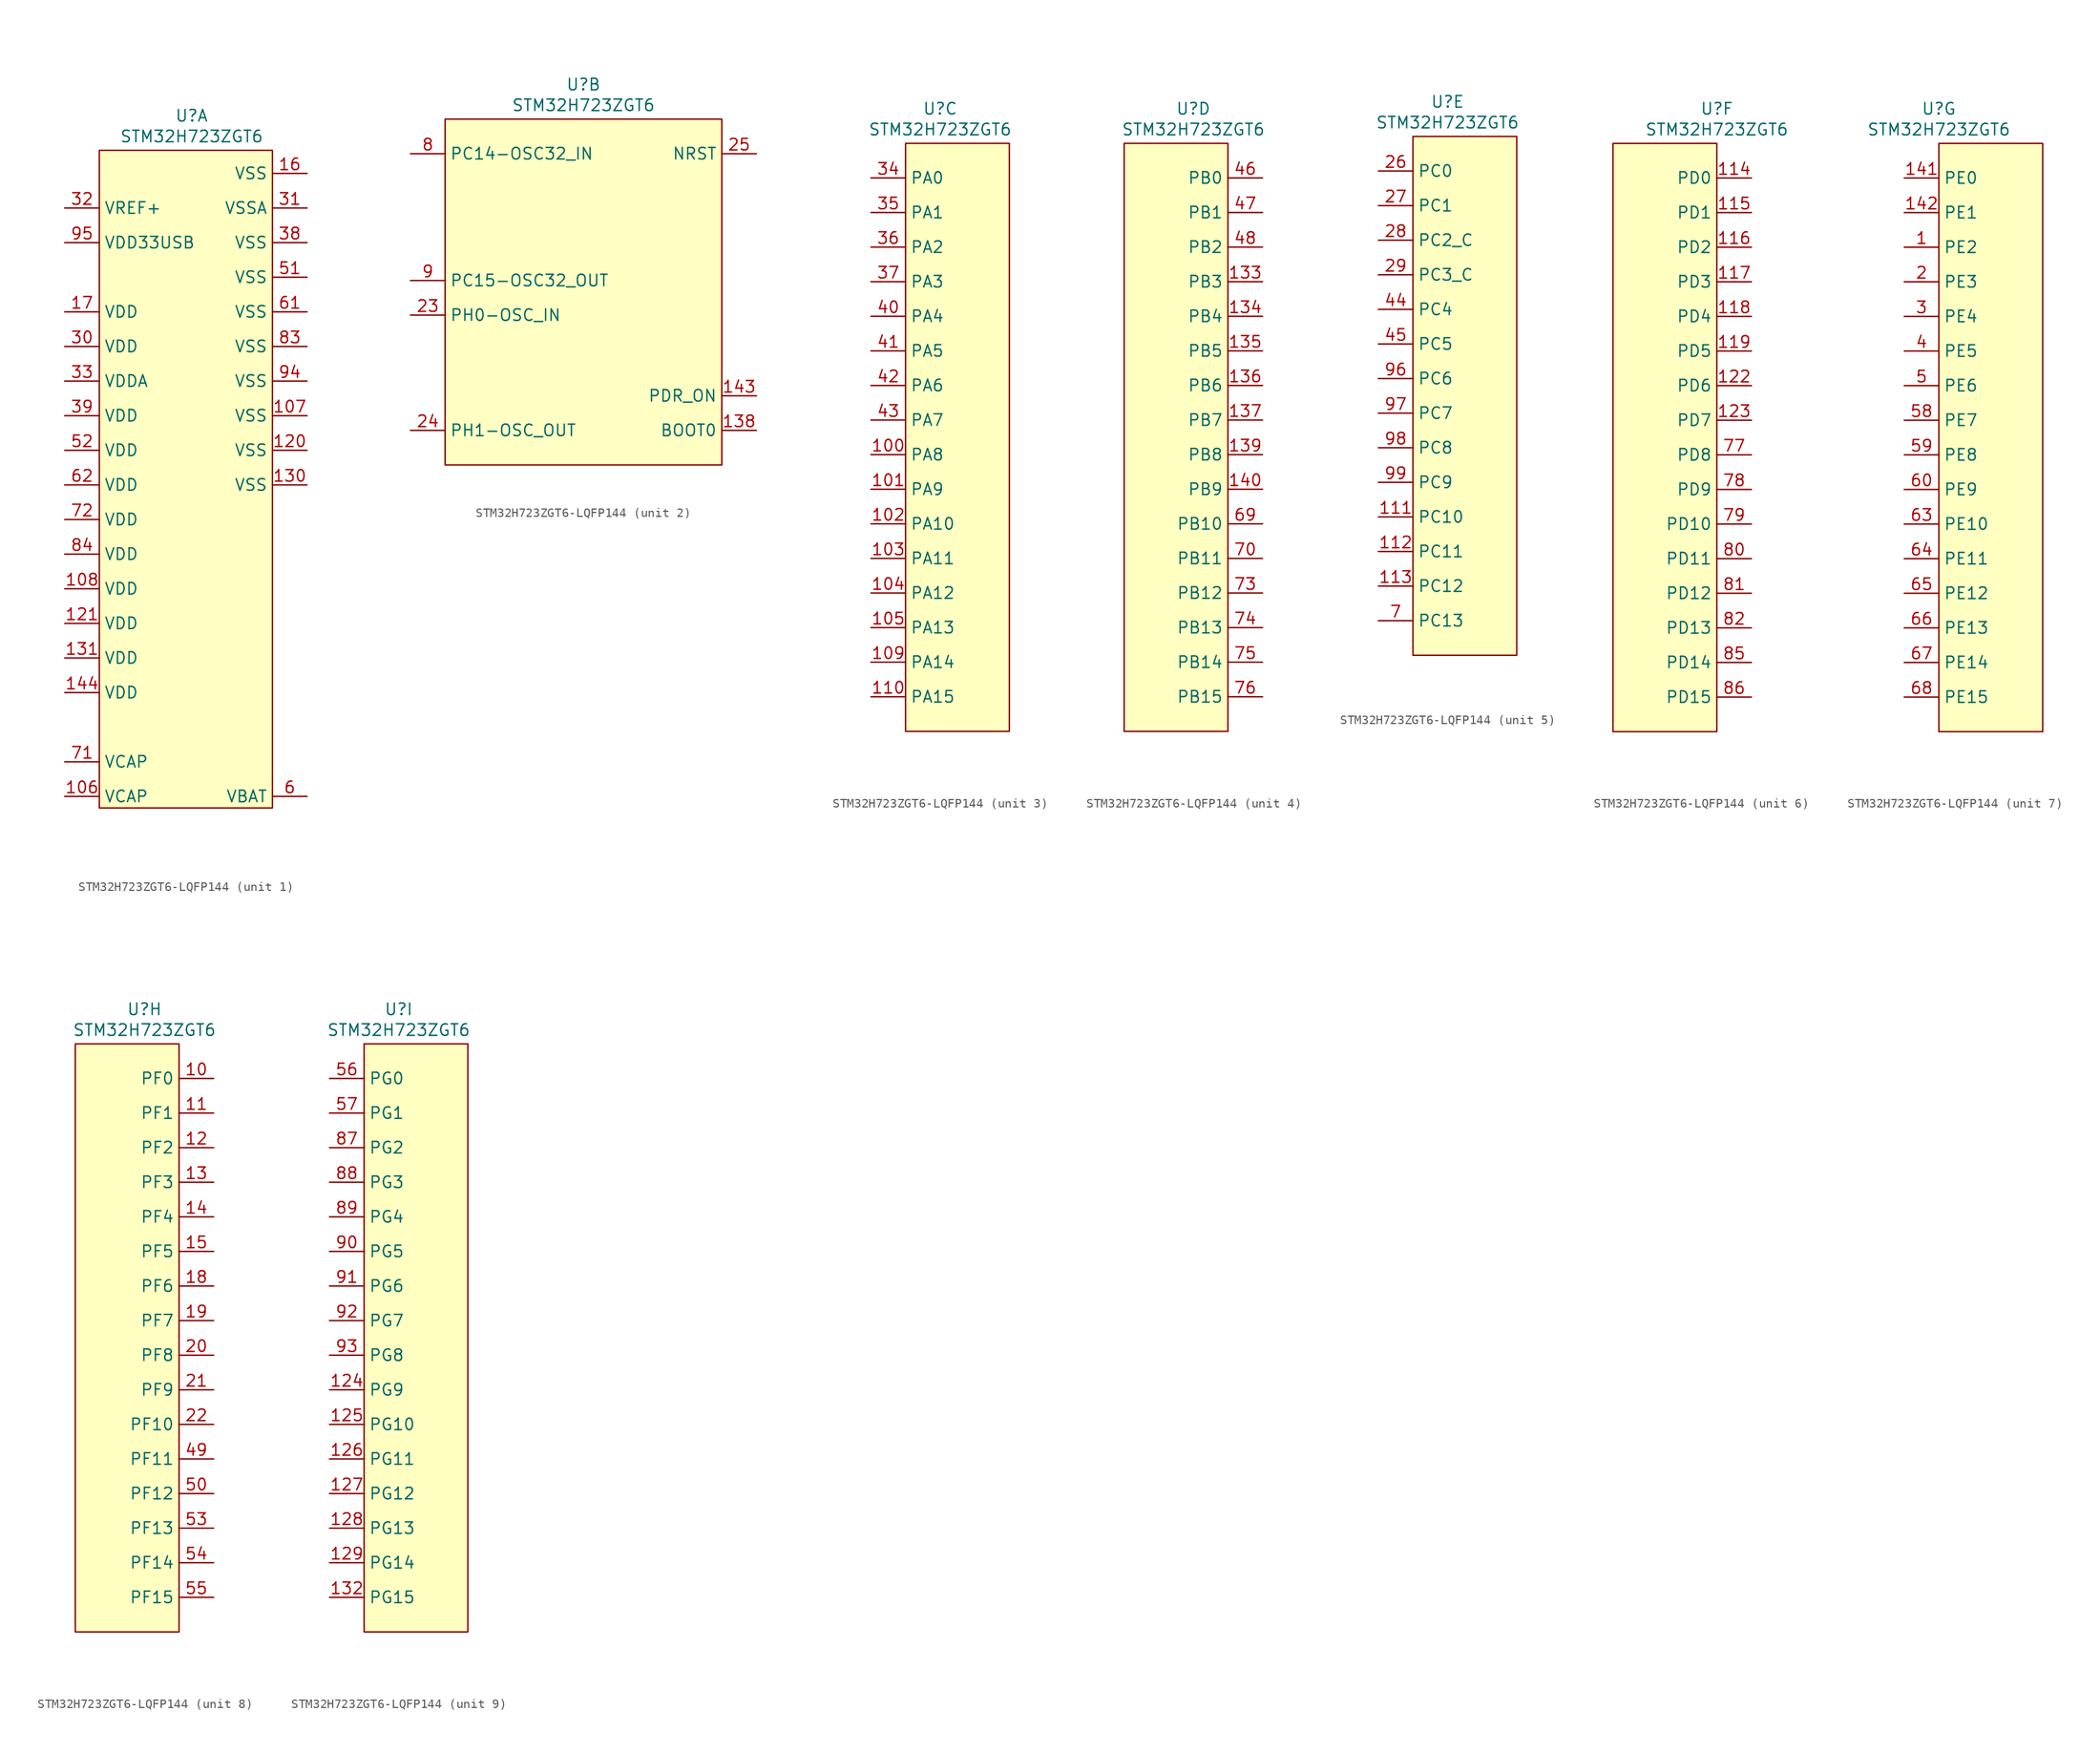
<source format=kicad_sym>
(kicad_symbol_lib
  (version 20241209)
  (generator "kicad_symbol_editor")
  (generator_version "9.0")
  (symbol "STM32H723ZGT6-LQFP144"
    (property "Reference" "U"
      (at 0 0 0)
      (effects (font (size 1.27 1.27))))
    (property "Value" "STM32H723ZGT6"
      (at 0 -2.286 0)
      (effects (font (size 1.27 1.27))))
    (property "ki_locked" ""
      (at 0 0 0)
      (effects (font (size 1.27 1.27))))
    (symbol "STM32H723ZGT6-LQFP144_1_1"
      (rectangle (start -10.16 -3.81) (end 8.89 -76.2) (stroke (width 0) (type solid)) (fill (type color) (color 255 255 195 1)))
      (pin output line (at -13.97 -10.16 0) (length 3.81) (name "VREF+" (effects (font (size 1.27 1.27)))) (number "32" (effects (font (size 1.27 1.27)))))
      (pin output line (at -13.97 -13.97 0) (length 3.81) (name "VDD33USB" (effects (font (size 1.27 1.27)))) (number "95" (effects (font (size 1.27 1.27)))))
      (pin output line (at -13.97 -21.59 0) (length 3.81) (name "VDD" (effects (font (size 1.27 1.27)))) (number "17" (effects (font (size 1.27 1.27)))))
      (pin output line (at -13.97 -25.4 0) (length 3.81) (name "VDD" (effects (font (size 1.27 1.27)))) (number "30" (effects (font (size 1.27 1.27)))))
      (pin output line (at -13.97 -29.21 0) (length 3.81) (name "VDDA" (effects (font (size 1.27 1.27)))) (number "33" (effects (font (size 1.27 1.27)))))
      (pin output line (at -13.97 -33.02 0) (length 3.81) (name "VDD" (effects (font (size 1.27 1.27)))) (number "39" (effects (font (size 1.27 1.27)))))
      (pin output line (at -13.97 -36.83 0) (length 3.81) (name "VDD" (effects (font (size 1.27 1.27)))) (number "52" (effects (font (size 1.27 1.27)))))
      (pin output line (at -13.97 -40.64 0) (length 3.81) (name "VDD" (effects (font (size 1.27 1.27)))) (number "62" (effects (font (size 1.27 1.27)))))
      (pin output line (at -13.97 -44.45 0) (length 3.81) (name "VDD" (effects (font (size 1.27 1.27)))) (number "72" (effects (font (size 1.27 1.27)))))
      (pin output line (at -13.97 -48.26 0) (length 3.81) (name "VDD" (effects (font (size 1.27 1.27)))) (number "84" (effects (font (size 1.27 1.27)))))
      (pin output line (at -13.97 -52.07 0) (length 3.81) (name "VDD" (effects (font (size 1.27 1.27)))) (number "108" (effects (font (size 1.27 1.27)))))
      (pin output line (at -13.97 -55.88 0) (length 3.81) (name "VDD" (effects (font (size 1.27 1.27)))) (number "121" (effects (font (size 1.27 1.27)))))
      (pin output line (at -13.97 -59.69 0) (length 3.81) (name "VDD" (effects (font (size 1.27 1.27)))) (number "131" (effects (font (size 1.27 1.27)))))
      (pin output line (at -13.97 -63.5 0) (length 3.81) (name "VDD" (effects (font (size 1.27 1.27)))) (number "144" (effects (font (size 1.27 1.27)))))
      (pin output line (at -13.97 -71.12 0) (length 3.81) (name "VCAP" (effects (font (size 1.27 1.27)))) (number "71" (effects (font (size 1.27 1.27)))))
      (pin output line (at -13.97 -74.93 0) (length 3.81) (name "VCAP" (effects (font (size 1.27 1.27)))) (number "106" (effects (font (size 1.27 1.27)))))
      (pin output line (at 12.7 -6.35 180) (length 3.81) (name "VSS" (effects (font (size 1.27 1.27)))) (number "16" (effects (font (size 1.27 1.27)))))
      (pin output line (at 12.7 -10.16 180) (length 3.81) (name "VSSA" (effects (font (size 1.27 1.27)))) (number "31" (effects (font (size 1.27 1.27)))))
      (pin output line (at 12.7 -13.97 180) (length 3.81) (name "VSS" (effects (font (size 1.27 1.27)))) (number "38" (effects (font (size 1.27 1.27)))))
      (pin output line (at 12.7 -17.78 180) (length 3.81) (name "VSS" (effects (font (size 1.27 1.27)))) (number "51" (effects (font (size 1.27 1.27)))))
      (pin output line (at 12.7 -21.59 180) (length 3.81) (name "VSS" (effects (font (size 1.27 1.27)))) (number "61" (effects (font (size 1.27 1.27)))))
      (pin output line (at 12.7 -25.4 180) (length 3.81) (name "VSS" (effects (font (size 1.27 1.27)))) (number "83" (effects (font (size 1.27 1.27)))))
      (pin output line (at 12.7 -29.21 180) (length 3.81) (name "VSS" (effects (font (size 1.27 1.27)))) (number "94" (effects (font (size 1.27 1.27)))))
      (pin output line (at 12.7 -33.02 180) (length 3.81) (name "VSS" (effects (font (size 1.27 1.27)))) (number "107" (effects (font (size 1.27 1.27)))))
      (pin output line (at 12.7 -36.83 180) (length 3.81) (name "VSS" (effects (font (size 1.27 1.27)))) (number "120" (effects (font (size 1.27 1.27)))))
      (pin output line (at 12.7 -40.64 180) (length 3.81) (name "VSS" (effects (font (size 1.27 1.27)))) (number "130" (effects (font (size 1.27 1.27)))))
      (pin output line (at 12.7 -74.93 180) (length 3.81) (name "VBAT" (effects (font (size 1.27 1.27)))) (number "6" (effects (font (size 1.27 1.27))))))
    (symbol "STM32H723ZGT6-LQFP144_2_1"
      (rectangle (start -15.24 -3.81) (end 15.24 -41.91) (stroke (width 0) (type solid)) (fill (type color) (color 255 255 196 1)))
      (pin output line (at -19.05 -7.62 0) (length 3.81) (name "PC14-OSC32_IN" (effects (font (size 1.27 1.27)))) (number "8" (effects (font (size 1.27 1.27)))))
      (pin output line (at -19.05 -21.59 0) (length 3.81) (name "PC15-OSC32_OUT" (effects (font (size 1.27 1.27)))) (number "9" (effects (font (size 1.27 1.27)))))
      (pin output line (at -19.05 -25.4 0) (length 3.81) (name "PH0-OSC_IN" (effects (font (size 1.27 1.27)))) (number "23" (effects (font (size 1.27 1.27)))))
      (pin output line (at -19.05 -38.1 0) (length 3.81) (name "PH1-OSC_OUT" (effects (font (size 1.27 1.27)))) (number "24" (effects (font (size 1.27 1.27)))))
      (pin output line (at 19.05 -7.62 180) (length 3.81) (name "NRST" (effects (font (size 1.27 1.27)))) (number "25" (effects (font (size 1.27 1.27)))))
      (pin output line (at 19.05 -34.29 180) (length 3.81) (name "PDR_ON" (effects (font (size 1.27 1.27)))) (number "143" (effects (font (size 1.27 1.27)))))
      (pin output line (at 19.05 -38.1 180) (length 3.81) (name "BOOT0" (effects (font (size 1.27 1.27)))) (number "138" (effects (font (size 1.27 1.27))))))
    (symbol "STM32H723ZGT6-LQFP144_3_1"
      (rectangle (start -3.81 -3.81) (end 7.62 -68.58) (stroke (width 0) (type solid)) (fill (type color) (color 255 255 194 1)))
      (pin output line (at -7.62 -7.62 0) (length 3.81) (name "PA0" (effects (font (size 1.27 1.27)))) (number "34" (effects (font (size 1.27 1.27)))))
      (pin output line (at -7.62 -11.43 0) (length 3.81) (name "PA1" (effects (font (size 1.27 1.27)))) (number "35" (effects (font (size 1.27 1.27)))))
      (pin output line (at -7.62 -15.24 0) (length 3.81) (name "PA2" (effects (font (size 1.27 1.27)))) (number "36" (effects (font (size 1.27 1.27)))))
      (pin output line (at -7.62 -19.05 0) (length 3.81) (name "PA3" (effects (font (size 1.27 1.27)))) (number "37" (effects (font (size 1.27 1.27)))))
      (pin output line (at -7.62 -22.86 0) (length 3.81) (name "PA4" (effects (font (size 1.27 1.27)))) (number "40" (effects (font (size 1.27 1.27)))))
      (pin output line (at -7.62 -26.67 0) (length 3.81) (name "PA5" (effects (font (size 1.27 1.27)))) (number "41" (effects (font (size 1.27 1.27)))))
      (pin output line (at -7.62 -30.48 0) (length 3.81) (name "PA6" (effects (font (size 1.27 1.27)))) (number "42" (effects (font (size 1.27 1.27)))))
      (pin output line (at -7.62 -34.29 0) (length 3.81) (name "PA7" (effects (font (size 1.27 1.27)))) (number "43" (effects (font (size 1.27 1.27)))))
      (pin output line (at -7.62 -38.1 0) (length 3.81) (name "PA8" (effects (font (size 1.27 1.27)))) (number "100" (effects (font (size 1.27 1.27)))))
      (pin output line (at -7.62 -41.91 0) (length 3.81) (name "PA9" (effects (font (size 1.27 1.27)))) (number "101" (effects (font (size 1.27 1.27)))))
      (pin output line (at -7.62 -45.72 0) (length 3.81) (name "PA10" (effects (font (size 1.27 1.27)))) (number "102" (effects (font (size 1.27 1.27)))))
      (pin output line (at -7.62 -49.53 0) (length 3.81) (name "PA11" (effects (font (size 1.27 1.27)))) (number "103" (effects (font (size 1.27 1.27)))))
      (pin output line (at -7.62 -53.34 0) (length 3.81) (name "PA12" (effects (font (size 1.27 1.27)))) (number "104" (effects (font (size 1.27 1.27)))))
      (pin output line (at -7.62 -57.15 0) (length 3.81) (name "PA13" (effects (font (size 1.27 1.27)))) (number "105" (effects (font (size 1.27 1.27)))))
      (pin output line (at -7.62 -60.96 0) (length 3.81) (name "PA14" (effects (font (size 1.27 1.27)))) (number "109" (effects (font (size 1.27 1.27)))))
      (pin output line (at -7.62 -64.77 0) (length 3.81) (name "PA15" (effects (font (size 1.27 1.27)))) (number "110" (effects (font (size 1.27 1.27))))))
    (symbol "STM32H723ZGT6-LQFP144_4_1"
      (rectangle (start -7.62 -3.81) (end 3.81 -68.58) (stroke (width 0) (type solid)) (fill (type color) (color 255 255 194 1)))
      (pin output line (at 7.62 -7.62 180) (length 3.81) (name "PB0" (effects (font (size 1.27 1.27)))) (number "46" (effects (font (size 1.27 1.27)))))
      (pin output line (at 7.62 -11.43 180) (length 3.81) (name "PB1" (effects (font (size 1.27 1.27)))) (number "47" (effects (font (size 1.27 1.27)))))
      (pin output line (at 7.62 -15.24 180) (length 3.81) (name "PB2" (effects (font (size 1.27 1.27)))) (number "48" (effects (font (size 1.27 1.27)))))
      (pin output line (at 7.62 -19.05 180) (length 3.81) (name "PB3" (effects (font (size 1.27 1.27)))) (number "133" (effects (font (size 1.27 1.27)))))
      (pin output line (at 7.62 -22.86 180) (length 3.81) (name "PB4" (effects (font (size 1.27 1.27)))) (number "134" (effects (font (size 1.27 1.27)))))
      (pin output line (at 7.62 -26.67 180) (length 3.81) (name "PB5" (effects (font (size 1.27 1.27)))) (number "135" (effects (font (size 1.27 1.27)))))
      (pin output line (at 7.62 -30.48 180) (length 3.81) (name "PB6" (effects (font (size 1.27 1.27)))) (number "136" (effects (font (size 1.27 1.27)))))
      (pin output line (at 7.62 -34.29 180) (length 3.81) (name "PB7" (effects (font (size 1.27 1.27)))) (number "137" (effects (font (size 1.27 1.27)))))
      (pin output line (at 7.62 -38.1 180) (length 3.81) (name "PB8" (effects (font (size 1.27 1.27)))) (number "139" (effects (font (size 1.27 1.27)))))
      (pin output line (at 7.62 -41.91 180) (length 3.81) (name "PB9" (effects (font (size 1.27 1.27)))) (number "140" (effects (font (size 1.27 1.27)))))
      (pin output line (at 7.62 -45.72 180) (length 3.81) (name "PB10" (effects (font (size 1.27 1.27)))) (number "69" (effects (font (size 1.27 1.27)))))
      (pin output line (at 7.62 -49.53 180) (length 3.81) (name "PB11" (effects (font (size 1.27 1.27)))) (number "70" (effects (font (size 1.27 1.27)))))
      (pin output line (at 7.62 -53.34 180) (length 3.81) (name "PB12" (effects (font (size 1.27 1.27)))) (number "73" (effects (font (size 1.27 1.27)))))
      (pin output line (at 7.62 -57.15 180) (length 3.81) (name "PB13" (effects (font (size 1.27 1.27)))) (number "74" (effects (font (size 1.27 1.27)))))
      (pin output line (at 7.62 -60.96 180) (length 3.81) (name "PB14" (effects (font (size 1.27 1.27)))) (number "75" (effects (font (size 1.27 1.27)))))
      (pin output line (at 7.62 -64.77 180) (length 3.81) (name "PB15" (effects (font (size 1.27 1.27)))) (number "76" (effects (font (size 1.27 1.27))))))
    (symbol "STM32H723ZGT6-LQFP144_5_1"
      (rectangle (start -3.81 -3.81) (end 7.62 -60.96) (stroke (width 0) (type solid)) (fill (type color) (color 255 255 194 1)))
      (pin output line (at -7.62 -7.62 0) (length 3.81) (name "PC0" (effects (font (size 1.27 1.27)))) (number "26" (effects (font (size 1.27 1.27)))))
      (pin output line (at -7.62 -11.43 0) (length 3.81) (name "PC1" (effects (font (size 1.27 1.27)))) (number "27" (effects (font (size 1.27 1.27)))))
      (pin output line (at -7.62 -15.24 0) (length 3.81) (name "PC2_C" (effects (font (size 1.27 1.27)))) (number "28" (effects (font (size 1.27 1.27)))))
      (pin output line (at -7.62 -19.05 0) (length 3.81) (name "PC3_C" (effects (font (size 1.27 1.27)))) (number "29" (effects (font (size 1.27 1.27)))))
      (pin output line (at -7.62 -22.86 0) (length 3.81) (name "PC4" (effects (font (size 1.27 1.27)))) (number "44" (effects (font (size 1.27 1.27)))))
      (pin output line (at -7.62 -26.67 0) (length 3.81) (name "PC5" (effects (font (size 1.27 1.27)))) (number "45" (effects (font (size 1.27 1.27)))))
      (pin output line (at -7.62 -30.48 0) (length 3.81) (name "PC6" (effects (font (size 1.27 1.27)))) (number "96" (effects (font (size 1.27 1.27)))))
      (pin output line (at -7.62 -34.29 0) (length 3.81) (name "PC7" (effects (font (size 1.27 1.27)))) (number "97" (effects (font (size 1.27 1.27)))))
      (pin output line (at -7.62 -38.1 0) (length 3.81) (name "PC8" (effects (font (size 1.27 1.27)))) (number "98" (effects (font (size 1.27 1.27)))))
      (pin output line (at -7.62 -41.91 0) (length 3.81) (name "PC9" (effects (font (size 1.27 1.27)))) (number "99" (effects (font (size 1.27 1.27)))))
      (pin output line (at -7.62 -45.72 0) (length 3.81) (name "PC10" (effects (font (size 1.27 1.27)))) (number "111" (effects (font (size 1.27 1.27)))))
      (pin output line (at -7.62 -49.53 0) (length 3.81) (name "PC11" (effects (font (size 1.27 1.27)))) (number "112" (effects (font (size 1.27 1.27)))))
      (pin output line (at -7.62 -53.34 0) (length 3.81) (name "PC12" (effects (font (size 1.27 1.27)))) (number "113" (effects (font (size 1.27 1.27)))))
      (pin output line (at -7.62 -57.15 0) (length 3.81) (name "PC13" (effects (font (size 1.27 1.27)))) (number "7" (effects (font (size 1.27 1.27))))))
    (symbol "STM32H723ZGT6-LQFP144_6_1"
      (rectangle (start -11.43 -3.81) (end 0 -68.58) (stroke (width 0) (type solid)) (fill (type color) (color 255 255 194 1)))
      (pin output line (at 3.81 -7.62 180) (length 3.81) (name "PD0" (effects (font (size 1.27 1.27)))) (number "114" (effects (font (size 1.27 1.27)))))
      (pin output line (at 3.81 -11.43 180) (length 3.81) (name "PD1" (effects (font (size 1.27 1.27)))) (number "115" (effects (font (size 1.27 1.27)))))
      (pin output line (at 3.81 -15.24 180) (length 3.81) (name "PD2" (effects (font (size 1.27 1.27)))) (number "116" (effects (font (size 1.27 1.27)))))
      (pin output line (at 3.81 -19.05 180) (length 3.81) (name "PD3" (effects (font (size 1.27 1.27)))) (number "117" (effects (font (size 1.27 1.27)))))
      (pin output line (at 3.81 -22.86 180) (length 3.81) (name "PD4" (effects (font (size 1.27 1.27)))) (number "118" (effects (font (size 1.27 1.27)))))
      (pin output line (at 3.81 -26.67 180) (length 3.81) (name "PD5" (effects (font (size 1.27 1.27)))) (number "119" (effects (font (size 1.27 1.27)))))
      (pin output line (at 3.81 -30.48 180) (length 3.81) (name "PD6" (effects (font (size 1.27 1.27)))) (number "122" (effects (font (size 1.27 1.27)))))
      (pin output line (at 3.81 -34.29 180) (length 3.81) (name "PD7" (effects (font (size 1.27 1.27)))) (number "123" (effects (font (size 1.27 1.27)))))
      (pin output line (at 3.81 -38.1 180) (length 3.81) (name "PD8" (effects (font (size 1.27 1.27)))) (number "77" (effects (font (size 1.27 1.27)))))
      (pin output line (at 3.81 -41.91 180) (length 3.81) (name "PD9" (effects (font (size 1.27 1.27)))) (number "78" (effects (font (size 1.27 1.27)))))
      (pin output line (at 3.81 -45.72 180) (length 3.81) (name "PD10" (effects (font (size 1.27 1.27)))) (number "79" (effects (font (size 1.27 1.27)))))
      (pin output line (at 3.81 -49.53 180) (length 3.81) (name "PD11" (effects (font (size 1.27 1.27)))) (number "80" (effects (font (size 1.27 1.27)))))
      (pin output line (at 3.81 -53.34 180) (length 3.81) (name "PD12" (effects (font (size 1.27 1.27)))) (number "81" (effects (font (size 1.27 1.27)))))
      (pin output line (at 3.81 -57.15 180) (length 3.81) (name "PD13" (effects (font (size 1.27 1.27)))) (number "82" (effects (font (size 1.27 1.27)))))
      (pin output line (at 3.81 -60.96 180) (length 3.81) (name "PD14" (effects (font (size 1.27 1.27)))) (number "85" (effects (font (size 1.27 1.27)))))
      (pin output line (at 3.81 -64.77 180) (length 3.81) (name "PD15" (effects (font (size 1.27 1.27)))) (number "86" (effects (font (size 1.27 1.27))))))
    (symbol "STM32H723ZGT6-LQFP144_7_1"
      (rectangle (start 0 -3.81) (end 11.43 -68.58) (stroke (width 0) (type solid)) (fill (type color) (color 255 255 194 1)))
      (pin output line (at -3.81 -7.62 0) (length 3.81) (name "PE0" (effects (font (size 1.27 1.27)))) (number "141" (effects (font (size 1.27 1.27)))))
      (pin output line (at -3.81 -11.43 0) (length 3.81) (name "PE1" (effects (font (size 1.27 1.27)))) (number "142" (effects (font (size 1.27 1.27)))))
      (pin output line (at -3.81 -15.24 0) (length 3.81) (name "PE2" (effects (font (size 1.27 1.27)))) (number "1" (effects (font (size 1.27 1.27)))))
      (pin output line (at -3.81 -19.05 0) (length 3.81) (name "PE3" (effects (font (size 1.27 1.27)))) (number "2" (effects (font (size 1.27 1.27)))))
      (pin output line (at -3.81 -22.86 0) (length 3.81) (name "PE4" (effects (font (size 1.27 1.27)))) (number "3" (effects (font (size 1.27 1.27)))))
      (pin output line (at -3.81 -26.67 0) (length 3.81) (name "PE5" (effects (font (size 1.27 1.27)))) (number "4" (effects (font (size 1.27 1.27)))))
      (pin output line (at -3.81 -30.48 0) (length 3.81) (name "PE6" (effects (font (size 1.27 1.27)))) (number "5" (effects (font (size 1.27 1.27)))))
      (pin output line (at -3.81 -34.29 0) (length 3.81) (name "PE7" (effects (font (size 1.27 1.27)))) (number "58" (effects (font (size 1.27 1.27)))))
      (pin output line (at -3.81 -38.1 0) (length 3.81) (name "PE8" (effects (font (size 1.27 1.27)))) (number "59" (effects (font (size 1.27 1.27)))))
      (pin output line (at -3.81 -41.91 0) (length 3.81) (name "PE9" (effects (font (size 1.27 1.27)))) (number "60" (effects (font (size 1.27 1.27)))))
      (pin output line (at -3.81 -45.72 0) (length 3.81) (name "PE10" (effects (font (size 1.27 1.27)))) (number "63" (effects (font (size 1.27 1.27)))))
      (pin output line (at -3.81 -49.53 0) (length 3.81) (name "PE11" (effects (font (size 1.27 1.27)))) (number "64" (effects (font (size 1.27 1.27)))))
      (pin output line (at -3.81 -53.34 0) (length 3.81) (name "PE12" (effects (font (size 1.27 1.27)))) (number "65" (effects (font (size 1.27 1.27)))))
      (pin output line (at -3.81 -57.15 0) (length 3.81) (name "PE13" (effects (font (size 1.27 1.27)))) (number "66" (effects (font (size 1.27 1.27)))))
      (pin output line (at -3.81 -60.96 0) (length 3.81) (name "PE14" (effects (font (size 1.27 1.27)))) (number "67" (effects (font (size 1.27 1.27)))))
      (pin output line (at -3.81 -64.77 0) (length 3.81) (name "PE15" (effects (font (size 1.27 1.27)))) (number "68" (effects (font (size 1.27 1.27))))))
    (symbol "STM32H723ZGT6-LQFP144_8_1"
      (rectangle (start -7.62 -3.81) (end 3.81 -68.58) (stroke (width 0) (type solid)) (fill (type color) (color 255 255 194 1)))
      (pin output line (at 7.62 -7.62 180) (length 3.81) (name "PF0" (effects (font (size 1.27 1.27)))) (number "10" (effects (font (size 1.27 1.27)))))
      (pin output line (at 7.62 -11.43 180) (length 3.81) (name "PF1" (effects (font (size 1.27 1.27)))) (number "11" (effects (font (size 1.27 1.27)))))
      (pin output line (at 7.62 -15.24 180) (length 3.81) (name "PF2" (effects (font (size 1.27 1.27)))) (number "12" (effects (font (size 1.27 1.27)))))
      (pin output line (at 7.62 -19.05 180) (length 3.81) (name "PF3" (effects (font (size 1.27 1.27)))) (number "13" (effects (font (size 1.27 1.27)))))
      (pin output line (at 7.62 -22.86 180) (length 3.81) (name "PF4" (effects (font (size 1.27 1.27)))) (number "14" (effects (font (size 1.27 1.27)))))
      (pin output line (at 7.62 -26.67 180) (length 3.81) (name "PF5" (effects (font (size 1.27 1.27)))) (number "15" (effects (font (size 1.27 1.27)))))
      (pin output line (at 7.62 -30.48 180) (length 3.81) (name "PF6" (effects (font (size 1.27 1.27)))) (number "18" (effects (font (size 1.27 1.27)))))
      (pin output line (at 7.62 -34.29 180) (length 3.81) (name "PF7" (effects (font (size 1.27 1.27)))) (number "19" (effects (font (size 1.27 1.27)))))
      (pin output line (at 7.62 -38.1 180) (length 3.81) (name "PF8" (effects (font (size 1.27 1.27)))) (number "20" (effects (font (size 1.27 1.27)))))
      (pin output line (at 7.62 -41.91 180) (length 3.81) (name "PF9" (effects (font (size 1.27 1.27)))) (number "21" (effects (font (size 1.27 1.27)))))
      (pin output line (at 7.62 -45.72 180) (length 3.81) (name "PF10" (effects (font (size 1.27 1.27)))) (number "22" (effects (font (size 1.27 1.27)))))
      (pin output line (at 7.62 -49.53 180) (length 3.81) (name "PF11" (effects (font (size 1.27 1.27)))) (number "49" (effects (font (size 1.27 1.27)))))
      (pin output line (at 7.62 -53.34 180) (length 3.81) (name "PF12" (effects (font (size 1.27 1.27)))) (number "50" (effects (font (size 1.27 1.27)))))
      (pin output line (at 7.62 -57.15 180) (length 3.81) (name "PF13" (effects (font (size 1.27 1.27)))) (number "53" (effects (font (size 1.27 1.27)))))
      (pin output line (at 7.62 -60.96 180) (length 3.81) (name "PF14" (effects (font (size 1.27 1.27)))) (number "54" (effects (font (size 1.27 1.27)))))
      (pin output line (at 7.62 -64.77 180) (length 3.81) (name "PF15" (effects (font (size 1.27 1.27)))) (number "55" (effects (font (size 1.27 1.27))))))
    (symbol "STM32H723ZGT6-LQFP144_9_1"
      (rectangle (start -3.81 -3.81) (end 7.62 -68.58) (stroke (width 0) (type solid)) (fill (type color) (color 255 255 194 1)))
      (pin output line (at -7.62 -7.62 0) (length 3.81) (name "PG0" (effects (font (size 1.27 1.27)))) (number "56" (effects (font (size 1.27 1.27)))))
      (pin output line (at -7.62 -11.43 0) (length 3.81) (name "PG1" (effects (font (size 1.27 1.27)))) (number "57" (effects (font (size 1.27 1.27)))))
      (pin output line (at -7.62 -15.24 0) (length 3.81) (name "PG2" (effects (font (size 1.27 1.27)))) (number "87" (effects (font (size 1.27 1.27)))))
      (pin output line (at -7.62 -19.05 0) (length 3.81) (name "PG3" (effects (font (size 1.27 1.27)))) (number "88" (effects (font (size 1.27 1.27)))))
      (pin output line (at -7.62 -22.86 0) (length 3.81) (name "PG4" (effects (font (size 1.27 1.27)))) (number "89" (effects (font (size 1.27 1.27)))))
      (pin output line (at -7.62 -26.67 0) (length 3.81) (name "PG5" (effects (font (size 1.27 1.27)))) (number "90" (effects (font (size 1.27 1.27)))))
      (pin output line (at -7.62 -30.48 0) (length 3.81) (name "PG6" (effects (font (size 1.27 1.27)))) (number "91" (effects (font (size 1.27 1.27)))))
      (pin output line (at -7.62 -34.29 0) (length 3.81) (name "PG7" (effects (font (size 1.27 1.27)))) (number "92" (effects (font (size 1.27 1.27)))))
      (pin output line (at -7.62 -38.1 0) (length 3.81) (name "PG8" (effects (font (size 1.27 1.27)))) (number "93" (effects (font (size 1.27 1.27)))))
      (pin output line (at -7.62 -41.91 0) (length 3.81) (name "PG9" (effects (font (size 1.27 1.27)))) (number "124" (effects (font (size 1.27 1.27)))))
      (pin output line (at -7.62 -45.72 0) (length 3.81) (name "PG10" (effects (font (size 1.27 1.27)))) (number "125" (effects (font (size 1.27 1.27)))))
      (pin output line (at -7.62 -49.53 0) (length 3.81) (name "PG11" (effects (font (size 1.27 1.27)))) (number "126" (effects (font (size 1.27 1.27)))))
      (pin output line (at -7.62 -53.34 0) (length 3.81) (name "PG12" (effects (font (size 1.27 1.27)))) (number "127" (effects (font (size 1.27 1.27)))))
      (pin output line (at -7.62 -57.15 0) (length 3.81) (name "PG13" (effects (font (size 1.27 1.27)))) (number "128" (effects (font (size 1.27 1.27)))))
      (pin output line (at -7.62 -60.96 0) (length 3.81) (name "PG14" (effects (font (size 1.27 1.27)))) (number "129" (effects (font (size 1.27 1.27)))))
      (pin output line (at -7.62 -64.77 0) (length 3.81) (name "PG15" (effects (font (size 1.27 1.27)))) (number "132" (effects (font (size 1.27 1.27))))))))
</source>
